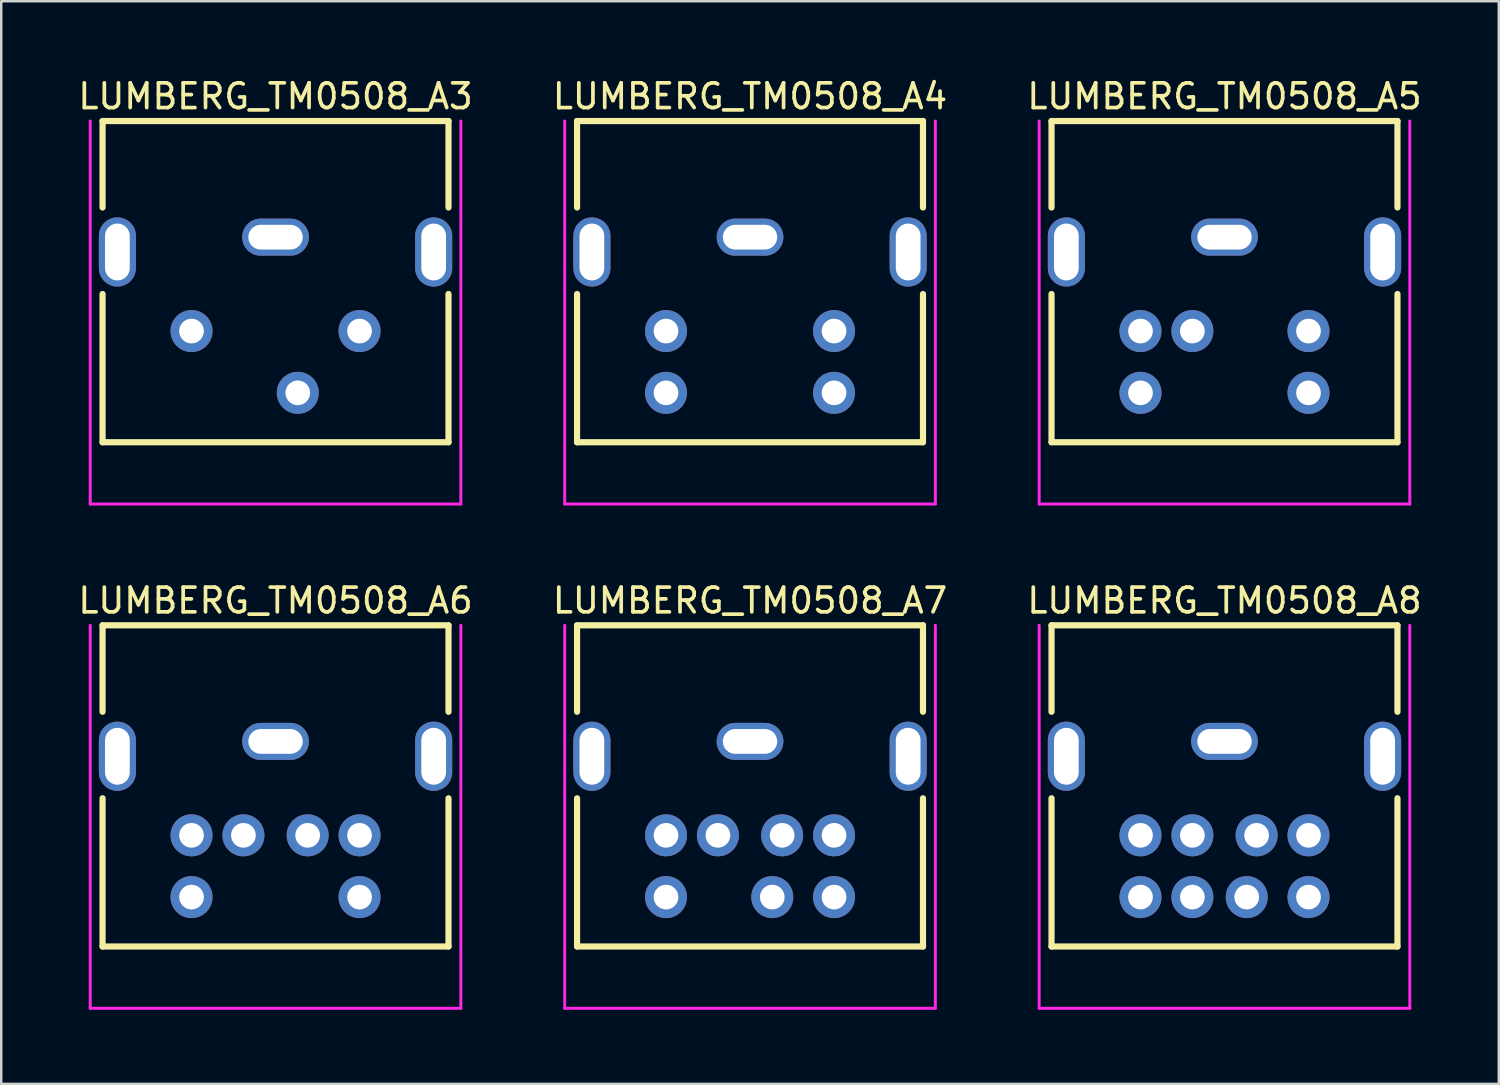
<source format=kicad_pcb>
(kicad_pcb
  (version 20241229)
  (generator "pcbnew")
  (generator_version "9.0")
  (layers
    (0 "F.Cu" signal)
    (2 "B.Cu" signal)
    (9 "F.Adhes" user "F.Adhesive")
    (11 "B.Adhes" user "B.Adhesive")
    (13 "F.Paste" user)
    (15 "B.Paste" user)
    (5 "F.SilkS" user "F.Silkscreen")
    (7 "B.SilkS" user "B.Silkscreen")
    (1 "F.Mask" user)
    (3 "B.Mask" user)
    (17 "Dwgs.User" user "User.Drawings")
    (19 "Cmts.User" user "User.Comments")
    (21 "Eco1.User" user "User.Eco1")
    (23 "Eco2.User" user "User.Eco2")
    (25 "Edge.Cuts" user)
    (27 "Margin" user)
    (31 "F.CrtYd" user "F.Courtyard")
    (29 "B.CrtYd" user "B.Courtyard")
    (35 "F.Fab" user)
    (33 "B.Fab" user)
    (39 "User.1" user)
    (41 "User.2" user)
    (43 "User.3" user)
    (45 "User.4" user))
  (footprint "LUMBERG_TM0508_A6"
    (layer "F.Cu")
    (at 8.101 22.256)
    (property "Reference" "LUMBERG_TM0508_A6" (at 0 -1 0) (layer "F.SilkS") (effects (font (size 1 1) (thickness 0.15))))
    (attr through_hole)
    (fp_line (start -7 0) (end 7 0) (stroke (width 0.25) (type solid)) (layer "F.SilkS"))
    (fp_line (start -7 3.5) (end -7 0) (stroke (width 0.25) (type solid)) (layer "F.SilkS"))
    (fp_line (start -7 13) (end -7 7) (stroke (width 0.25) (type solid)) (layer "F.SilkS"))
    (fp_line (start -7 13) (end 7 13) (stroke (width 0.25) (type solid)) (layer "F.SilkS"))
    (fp_line (start 7 0) (end 7 3.5) (stroke (width 0.25) (type solid)) (layer "F.SilkS"))
    (fp_line (start 7 7) (end 7 13) (stroke (width 0.25) (type solid)) (layer "F.SilkS"))
    (fp_line (start -7.5 15.5) (end -7.5 0) (stroke (width 0.12) (type solid)) (layer "F.CrtYd"))
    (fp_line (start 7.5 0) (end 7.5 15.5) (stroke (width 0.12) (type solid)) (layer "F.CrtYd"))
    (fp_line (start 7.5 15.5) (end -7.5 15.5) (stroke (width 0.12) (type solid)) (layer "F.CrtYd"))
    (pad "" np_thru_hole oval (at -6.4 5.3 90) (size 2.8 1.5) (drill oval 2.3 1) (layers "*.Cu" "*.Mask"))
    (pad "" np_thru_hole oval (at 0 4.7) (size 2.7 1.5) (drill oval 2.2 1) (layers "*.Cu" "*.Mask"))
    (pad "" np_thru_hole oval (at 6.4 5.3 90) (size 2.8 1.5) (drill oval 2.3 1) (layers "*.Cu" "*.Mask"))
    (pad "1" thru_hole circle (at -1.3 8.5) (size 1.7 1.7) (drill 1) (layers "*.Cu" "*.Mask"))
    (pad "2" thru_hole circle (at 1.3 8.5) (size 1.7 1.7) (drill 1) (layers "*.Cu" "*.Mask"))
    (pad "3" thru_hole circle (at -3.4 8.5) (size 1.7 1.7) (drill 1) (layers "*.Cu" "*.Mask"))
    (pad "4" thru_hole circle (at 3.4 8.5) (size 1.7 1.7) (drill 1) (layers "*.Cu" "*.Mask"))
    (pad "5" thru_hole circle (at -3.4 11) (size 1.7 1.7) (drill 1) (layers "*.Cu" "*.Mask"))
    (pad "6" thru_hole circle (at 3.4 11) (size 1.7 1.7) (drill 1) (layers "*.Cu" "*.Mask")))
  (footprint "LUMBERG_TM0508_A8"
    (layer "F.Cu")
    (at 46.506 22.256)
    (property "Reference" "LUMBERG_TM0508_A8" (at 0 -1 0) (layer "F.SilkS") (effects (font (size 1 1) (thickness 0.15))))
    (attr through_hole)
    (fp_line (start -7 0) (end 7 0) (stroke (width 0.25) (type solid)) (layer "F.SilkS"))
    (fp_line (start -7 3.5) (end -7 0) (stroke (width 0.25) (type solid)) (layer "F.SilkS"))
    (fp_line (start -7 13) (end -7 7) (stroke (width 0.25) (type solid)) (layer "F.SilkS"))
    (fp_line (start -7 13) (end 7 13) (stroke (width 0.25) (type solid)) (layer "F.SilkS"))
    (fp_line (start 7 0) (end 7 3.5) (stroke (width 0.25) (type solid)) (layer "F.SilkS"))
    (fp_line (start 7 7) (end 7 13) (stroke (width 0.25) (type solid)) (layer "F.SilkS"))
    (fp_line (start -7.5 15.5) (end -7.5 0) (stroke (width 0.12) (type solid)) (layer "F.CrtYd"))
    (fp_line (start 7.5 0) (end 7.5 15.5) (stroke (width 0.12) (type solid)) (layer "F.CrtYd"))
    (fp_line (start 7.5 15.5) (end -7.5 15.5) (stroke (width 0.12) (type solid)) (layer "F.CrtYd"))
    (pad "" np_thru_hole oval (at -6.4 5.3 90) (size 2.8 1.5) (drill oval 2.3 1) (layers "*.Cu" "*.Mask"))
    (pad "" np_thru_hole oval (at 0 4.7) (size 2.7 1.5) (drill oval 2.2 1) (layers "*.Cu" "*.Mask"))
    (pad "" np_thru_hole oval (at 6.4 5.3 90) (size 2.8 1.5) (drill oval 2.3 1) (layers "*.Cu" "*.Mask"))
    (pad "1" thru_hole circle (at -1.3 8.5) (size 1.7 1.7) (drill 1) (layers "*.Cu" "*.Mask"))
    (pad "2" thru_hole circle (at 1.3 8.5) (size 1.7 1.7) (drill 1) (layers "*.Cu" "*.Mask"))
    (pad "3" thru_hole circle (at -3.4 8.5) (size 1.7 1.7) (drill 1) (layers "*.Cu" "*.Mask"))
    (pad "4" thru_hole circle (at -1.3 11) (size 1.7 1.7) (drill 1) (layers "*.Cu" "*.Mask"))
    (pad "5" thru_hole circle (at 3.4 8.5) (size 1.7 1.7) (drill 1) (layers "*.Cu" "*.Mask"))
    (pad "6" thru_hole circle (at -3.4 11) (size 1.7 1.7) (drill 1) (layers "*.Cu" "*.Mask"))
    (pad "7" thru_hole circle (at 0.9 11) (size 1.7 1.7) (drill 1) (layers "*.Cu" "*.Mask"))
    (pad "8" thru_hole circle (at 3.4 11) (size 1.7 1.7) (drill 1) (layers "*.Cu" "*.Mask")))
  (footprint "LUMBERG_TM0508_A5"
    (layer "F.Cu")
    (at 46.506 1.848)
    (property "Reference" "LUMBERG_TM0508_A5" (at 0 -1 0) (layer "F.SilkS") (effects (font (size 1 1) (thickness 0.15))))
    (attr through_hole)
    (fp_line (start -7 0) (end 7 0) (stroke (width 0.25) (type solid)) (layer "F.SilkS"))
    (fp_line (start -7 3.5) (end -7 0) (stroke (width 0.25) (type solid)) (layer "F.SilkS"))
    (fp_line (start -7 13) (end -7 7) (stroke (width 0.25) (type solid)) (layer "F.SilkS"))
    (fp_line (start -7 13) (end 7 13) (stroke (width 0.25) (type solid)) (layer "F.SilkS"))
    (fp_line (start 7 0) (end 7 3.5) (stroke (width 0.25) (type solid)) (layer "F.SilkS"))
    (fp_line (start 7 7) (end 7 13) (stroke (width 0.25) (type solid)) (layer "F.SilkS"))
    (fp_line (start -7.5 15.5) (end -7.5 0) (stroke (width 0.12) (type solid)) (layer "F.CrtYd"))
    (fp_line (start 7.5 0) (end 7.5 15.5) (stroke (width 0.12) (type solid)) (layer "F.CrtYd"))
    (fp_line (start 7.5 15.5) (end -7.5 15.5) (stroke (width 0.12) (type solid)) (layer "F.CrtYd"))
    (pad "" np_thru_hole oval (at -6.4 5.3 90) (size 2.8 1.5) (drill oval 2.3 1) (layers "*.Cu" "*.Mask"))
    (pad "" np_thru_hole oval (at 0 4.7) (size 2.7 1.5) (drill oval 2.2 1) (layers "*.Cu" "*.Mask"))
    (pad "" np_thru_hole oval (at 6.4 5.3 90) (size 2.8 1.5) (drill oval 2.3 1) (layers "*.Cu" "*.Mask"))
    (pad "1" thru_hole circle (at -1.3 8.5) (size 1.7 1.7) (drill 1) (layers "*.Cu" "*.Mask"))
    (pad "2" thru_hole circle (at -3.4 8.5) (size 1.7 1.7) (drill 1) (layers "*.Cu" "*.Mask"))
    (pad "3" thru_hole circle (at 3.4 8.5) (size 1.7 1.7) (drill 1) (layers "*.Cu" "*.Mask"))
    (pad "4" thru_hole circle (at -3.4 11) (size 1.7 1.7) (drill 1) (layers "*.Cu" "*.Mask"))
    (pad "5" thru_hole circle (at 3.4 11) (size 1.7 1.7) (drill 1) (layers "*.Cu" "*.Mask")))
  (footprint "LUMBERG_TM0508_A7"
    (layer "F.Cu")
    (at 27.304 22.256)
    (property "Reference" "LUMBERG_TM0508_A7" (at 0 -1 0) (layer "F.SilkS") (effects (font (size 1 1) (thickness 0.15))))
    (attr through_hole)
    (fp_line (start -7 0) (end 7 0) (stroke (width 0.25) (type solid)) (layer "F.SilkS"))
    (fp_line (start -7 3.5) (end -7 0) (stroke (width 0.25) (type solid)) (layer "F.SilkS"))
    (fp_line (start -7 13) (end -7 7) (stroke (width 0.25) (type solid)) (layer "F.SilkS"))
    (fp_line (start -7 13) (end 7 13) (stroke (width 0.25) (type solid)) (layer "F.SilkS"))
    (fp_line (start 7 0) (end 7 3.5) (stroke (width 0.25) (type solid)) (layer "F.SilkS"))
    (fp_line (start 7 7) (end 7 13) (stroke (width 0.25) (type solid)) (layer "F.SilkS"))
    (fp_line (start -7.5 15.5) (end -7.5 0) (stroke (width 0.12) (type solid)) (layer "F.CrtYd"))
    (fp_line (start 7.5 0) (end 7.5 15.5) (stroke (width 0.12) (type solid)) (layer "F.CrtYd"))
    (fp_line (start 7.5 15.5) (end -7.5 15.5) (stroke (width 0.12) (type solid)) (layer "F.CrtYd"))
    (pad "" np_thru_hole oval (at -6.4 5.3 90) (size 2.8 1.5) (drill oval 2.3 1) (layers "*.Cu" "*.Mask"))
    (pad "" np_thru_hole oval (at 0 4.7) (size 2.7 1.5) (drill oval 2.2 1) (layers "*.Cu" "*.Mask"))
    (pad "" np_thru_hole oval (at 6.4 5.3 90) (size 2.8 1.5) (drill oval 2.3 1) (layers "*.Cu" "*.Mask"))
    (pad "1" thru_hole circle (at -1.3 8.5) (size 1.7 1.7) (drill 1) (layers "*.Cu" "*.Mask"))
    (pad "2" thru_hole circle (at 1.3 8.5) (size 1.7 1.7) (drill 1) (layers "*.Cu" "*.Mask"))
    (pad "3" thru_hole circle (at -3.4 8.5) (size 1.7 1.7) (drill 1) (layers "*.Cu" "*.Mask"))
    (pad "4" thru_hole circle (at 3.4 8.5) (size 1.7 1.7) (drill 1) (layers "*.Cu" "*.Mask"))
    (pad "5" thru_hole circle (at -3.4 11) (size 1.7 1.7) (drill 1) (layers "*.Cu" "*.Mask"))
    (pad "6" thru_hole circle (at 0.9 11) (size 1.7 1.7) (drill 1) (layers "*.Cu" "*.Mask"))
    (pad "7" thru_hole circle (at 3.4 11) (size 1.7 1.7) (drill 1) (layers "*.Cu" "*.Mask")))
  (footprint "LUMBERG_TM0508_A4"
    (layer "F.Cu")
    (at 27.304 1.848)
    (property "Reference" "LUMBERG_TM0508_A4" (at 0 -1 0) (layer "F.SilkS") (effects (font (size 1 1) (thickness 0.15))))
    (attr through_hole)
    (fp_line (start -7 0) (end 7 0) (stroke (width 0.25) (type solid)) (layer "F.SilkS"))
    (fp_line (start -7 3.5) (end -7 0) (stroke (width 0.25) (type solid)) (layer "F.SilkS"))
    (fp_line (start -7 13) (end -7 7) (stroke (width 0.25) (type solid)) (layer "F.SilkS"))
    (fp_line (start -7 13) (end 7 13) (stroke (width 0.25) (type solid)) (layer "F.SilkS"))
    (fp_line (start 7 0) (end 7 3.5) (stroke (width 0.25) (type solid)) (layer "F.SilkS"))
    (fp_line (start 7 7) (end 7 13) (stroke (width 0.25) (type solid)) (layer "F.SilkS"))
    (fp_line (start -7.5 15.5) (end -7.5 0) (stroke (width 0.12) (type solid)) (layer "F.CrtYd"))
    (fp_line (start 7.5 0) (end 7.5 15.5) (stroke (width 0.12) (type solid)) (layer "F.CrtYd"))
    (fp_line (start 7.5 15.5) (end -7.5 15.5) (stroke (width 0.12) (type solid)) (layer "F.CrtYd"))
    (pad "" np_thru_hole oval (at -6.4 5.3 90) (size 2.8 1.5) (drill oval 2.3 1) (layers "*.Cu" "*.Mask"))
    (pad "" np_thru_hole oval (at 0 4.7) (size 2.7 1.5) (drill oval 2.2 1) (layers "*.Cu" "*.Mask"))
    (pad "" np_thru_hole oval (at 6.4 5.3 90) (size 2.8 1.5) (drill oval 2.3 1) (layers "*.Cu" "*.Mask"))
    (pad "1" thru_hole circle (at -3.4 8.5) (size 1.7 1.7) (drill 1) (layers "*.Cu" "*.Mask"))
    (pad "2" thru_hole circle (at 3.4 8.5) (size 1.7 1.7) (drill 1) (layers "*.Cu" "*.Mask"))
    (pad "3" thru_hole circle (at -3.4 11) (size 1.7 1.7) (drill 1) (layers "*.Cu" "*.Mask"))
    (pad "4" thru_hole circle (at 3.4 11) (size 1.7 1.7) (drill 1) (layers "*.Cu" "*.Mask")))
  (footprint "LUMBERG_TM0508_A3"
    (layer "F.Cu")
    (at 8.101 1.848)
    (property "Reference" "LUMBERG_TM0508_A3" (at 0 -1 0) (layer "F.SilkS") (effects (font (size 1 1) (thickness 0.15))))
    (attr through_hole)
    (fp_line (start -7 0) (end 7 0) (stroke (width 0.25) (type solid)) (layer "F.SilkS"))
    (fp_line (start -7 3.5) (end -7 0) (stroke (width 0.25) (type solid)) (layer "F.SilkS"))
    (fp_line (start -7 13) (end -7 7) (stroke (width 0.25) (type solid)) (layer "F.SilkS"))
    (fp_line (start -7 13) (end 7 13) (stroke (width 0.25) (type solid)) (layer "F.SilkS"))
    (fp_line (start 7 0) (end 7 3.5) (stroke (width 0.25) (type solid)) (layer "F.SilkS"))
    (fp_line (start 7 7) (end 7 13) (stroke (width 0.25) (type solid)) (layer "F.SilkS"))
    (fp_line (start -7.5 15.5) (end -7.5 0) (stroke (width 0.12) (type solid)) (layer "F.CrtYd"))
    (fp_line (start 7.5 0) (end 7.5 15.5) (stroke (width 0.12) (type solid)) (layer "F.CrtYd"))
    (fp_line (start 7.5 15.5) (end -7.5 15.5) (stroke (width 0.12) (type solid)) (layer "F.CrtYd"))
    (pad "" np_thru_hole oval (at -6.4 5.3 90) (size 2.8 1.5) (drill oval 2.3 1) (layers "*.Cu" "*.Mask"))
    (pad "" np_thru_hole oval (at 0 4.7) (size 2.7 1.5) (drill oval 2.2 1) (layers "*.Cu" "*.Mask"))
    (pad "" np_thru_hole oval (at 6.4 5.3 90) (size 2.8 1.5) (drill oval 2.3 1) (layers "*.Cu" "*.Mask"))
    (pad "1" thru_hole circle (at -3.4 8.5) (size 1.7 1.7) (drill 1) (layers "*.Cu" "*.Mask"))
    (pad "2" thru_hole circle (at 3.4 8.5) (size 1.7 1.7) (drill 1) (layers "*.Cu" "*.Mask"))
    (pad "3" thru_hole circle (at 0.9 11) (size 1.7 1.7) (drill 1) (layers "*.Cu" "*.Mask")))
  (gr_rect
    (start -3 -3)
    (end 57.607 40.816)
    (stroke (width 0.1) (type default))
    (fill no)
    (layer "Edge.Cuts")))
</source>
